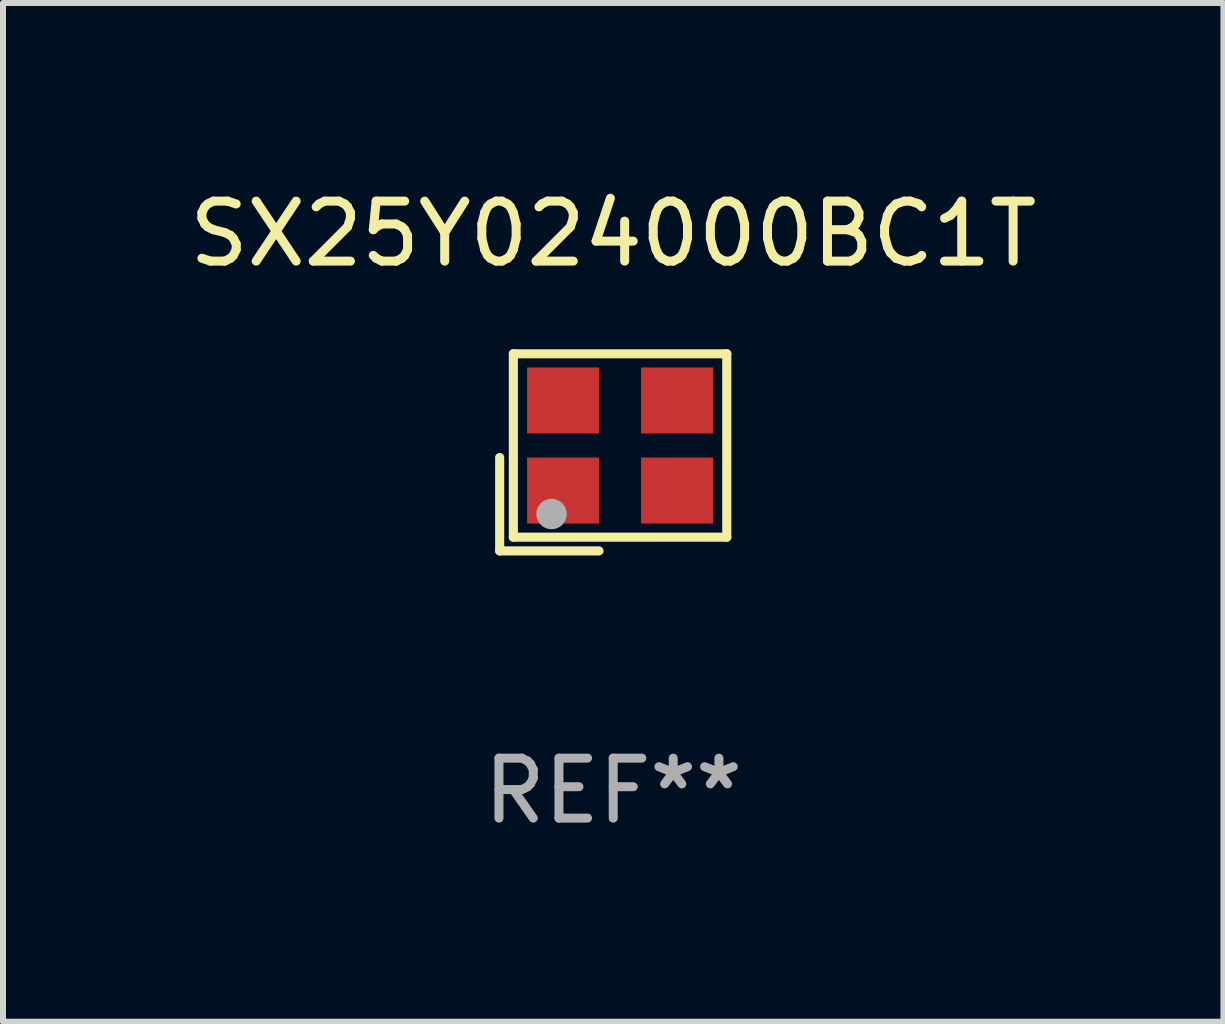
<source format=kicad_pcb>
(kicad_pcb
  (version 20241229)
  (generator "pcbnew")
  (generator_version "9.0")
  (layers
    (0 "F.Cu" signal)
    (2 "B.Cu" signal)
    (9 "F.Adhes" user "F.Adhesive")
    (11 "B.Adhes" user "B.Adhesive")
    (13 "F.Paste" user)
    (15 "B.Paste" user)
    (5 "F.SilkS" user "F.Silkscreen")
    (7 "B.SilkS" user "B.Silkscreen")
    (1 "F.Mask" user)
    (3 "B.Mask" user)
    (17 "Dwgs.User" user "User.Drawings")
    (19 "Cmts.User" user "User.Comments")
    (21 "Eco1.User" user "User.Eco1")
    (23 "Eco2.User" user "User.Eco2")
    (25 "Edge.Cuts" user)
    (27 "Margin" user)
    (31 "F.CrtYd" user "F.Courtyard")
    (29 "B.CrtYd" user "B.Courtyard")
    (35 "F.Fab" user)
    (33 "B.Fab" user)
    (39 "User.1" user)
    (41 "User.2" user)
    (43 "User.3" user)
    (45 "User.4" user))
  (footprint "SX25Y024000BC1T"
    (layer "F.Cu")
    (at 7.173 4.491)
    (property "Reference" "SX25Y024000BC1T" (at 0 -3.643 0) (layer "F.SilkS") (effects (font (size 1 1) (thickness 0.15))))
    (attr through_hole)
    (fp_line (start -1.893 0.086) (end -1.893 1.643) (stroke (width 0.152) (type solid)) (layer "F.SilkS"))
    (fp_line (start -1.893 1.643) (end -0.237 1.643) (stroke (width 0.152) (type solid)) (layer "F.SilkS"))
    (fp_line (start -1.665 -1.643) (end 1.893 -1.643) (stroke (width 0.152) (type solid)) (layer "F.SilkS"))
    (fp_line (start -1.665 1.414) (end -1.665 -1.643) (stroke (width 0.152) (type solid)) (layer "F.SilkS"))
    (fp_line (start 1.893 -1.643) (end 1.893 1.414) (stroke (width 0.152) (type solid)) (layer "F.SilkS"))
    (fp_line (start 1.893 1.414) (end -1.665 1.414) (stroke (width 0.152) (type solid)) (layer "F.SilkS"))
    (fp_circle (center -1.136 0.885) (end -1.106 0.885) (stroke (width 0.06) (type solid)) (fill no) (layer "F.SilkS"))
    (fp_circle (center -1.029 1.028) (end -0.902 1.028) (stroke (width 0.254) (type solid)) (fill no) (layer "F.Fab"))
    (fp_text user "REF**" (at 0 5.643 0) (layer "F.Fab") (effects (font (size 1 1) (thickness 0.15))))
    (pad "1" smd rect (at -0.836 0.636) (size 1.2 1.1) (layers "F.Cu" "F.Mask" "F.Paste"))
    (pad "2" smd rect (at 1.064 0.636) (size 1.2 1.1) (layers "F.Cu" "F.Mask" "F.Paste"))
    (pad "3" smd rect (at 1.064 -0.865) (size 1.2 1.1) (layers "F.Cu" "F.Mask" "F.Paste"))
    (pad "4" smd rect (at -0.836 -0.865) (size 1.2 1.1) (layers "F.Cu" "F.Mask" "F.Paste")))
  (gr_rect
    (start -3 -3)
    (end 17.345 13.983)
    (stroke (width 0.1) (type default))
    (fill no)
    (layer "Edge.Cuts")))
</source>
